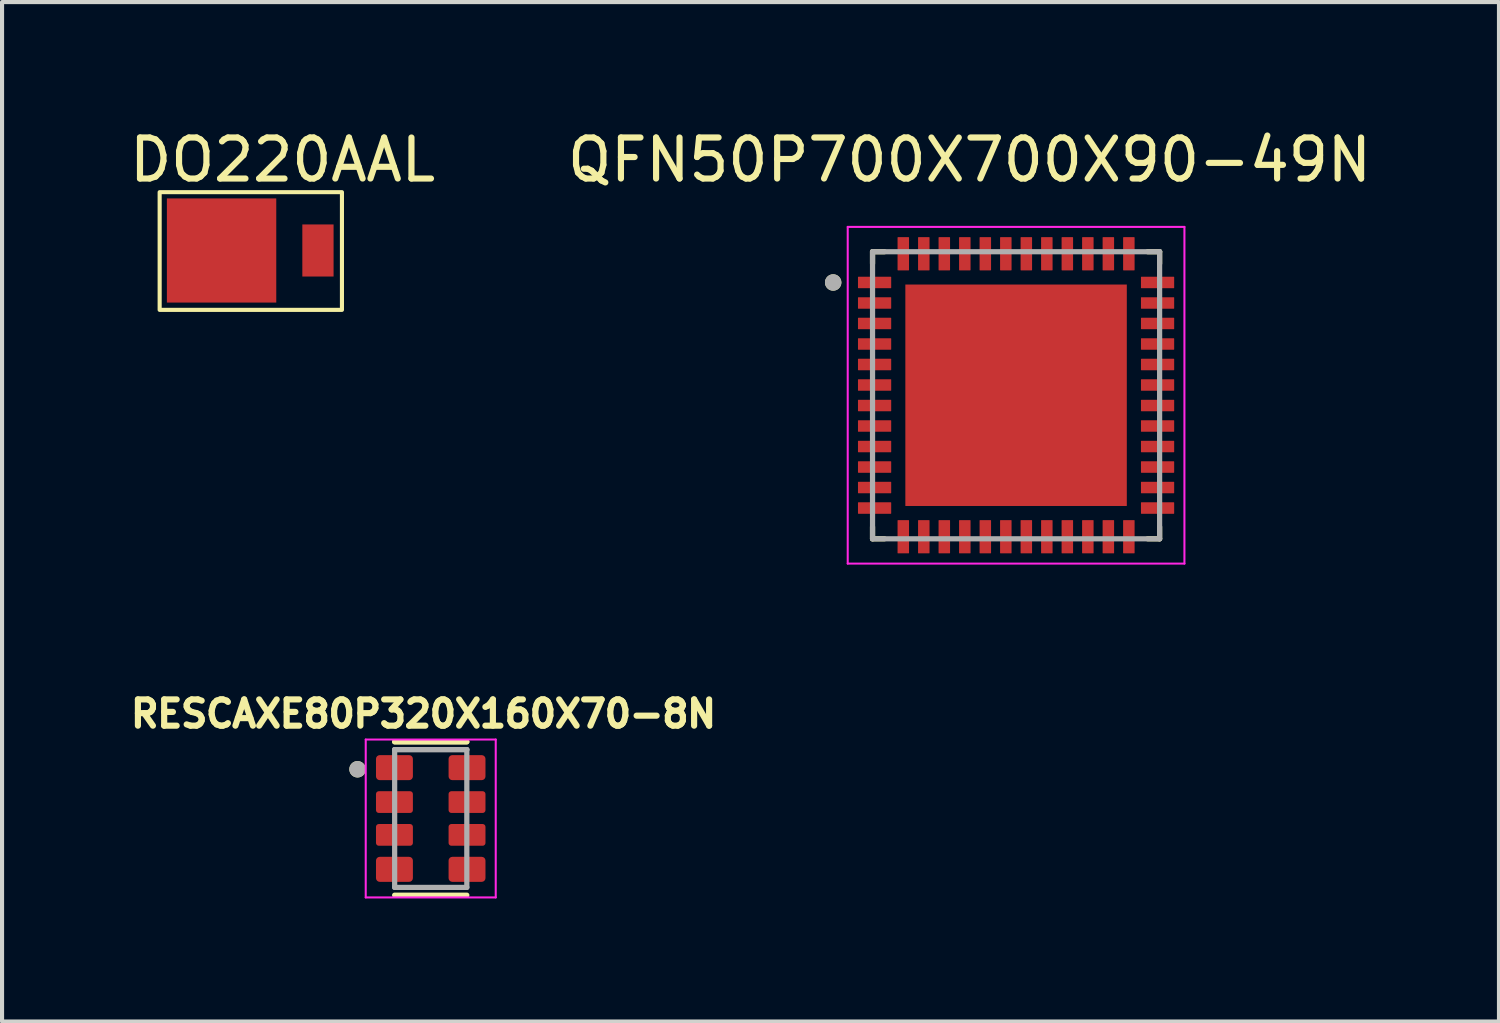
<source format=kicad_pcb>
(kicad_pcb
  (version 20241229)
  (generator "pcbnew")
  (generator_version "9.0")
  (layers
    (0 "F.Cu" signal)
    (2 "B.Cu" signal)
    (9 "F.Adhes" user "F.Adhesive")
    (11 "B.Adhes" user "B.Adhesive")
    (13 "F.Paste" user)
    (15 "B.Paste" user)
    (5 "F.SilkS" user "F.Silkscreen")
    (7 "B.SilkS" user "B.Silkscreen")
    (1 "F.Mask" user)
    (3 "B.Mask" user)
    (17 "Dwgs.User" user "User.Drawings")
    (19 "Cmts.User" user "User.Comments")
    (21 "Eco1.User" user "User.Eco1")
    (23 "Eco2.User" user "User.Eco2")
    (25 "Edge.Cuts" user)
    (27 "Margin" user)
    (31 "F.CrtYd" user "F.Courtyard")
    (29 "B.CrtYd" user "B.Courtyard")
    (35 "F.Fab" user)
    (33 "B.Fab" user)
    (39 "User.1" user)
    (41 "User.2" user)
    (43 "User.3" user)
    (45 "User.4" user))
  (footprint "RESCAXE80P320X160X70-8N"
    (layer "F.Cu")
    (at 7.453 16.908)
    (property "Reference" "RESCAXE80P320X160X70-8N" (at -0.176 -2.552 0) (layer "F.SilkS") (effects (font (size 0.64 0.64) (thickness 0.15))))
    (attr smd)
    (fp_line (start 0.88 -1.87) (end -0.88 -1.87) (stroke (width 0.127) (type solid)) (layer "F.SilkS"))
    (fp_line (start 0.88 -1.87) (end -0.88 -1.87) (stroke (width 0.127) (type solid)) (layer "F.SilkS"))
    (fp_line (start 0.88 1.87) (end -0.88 1.87) (stroke (width 0.127) (type solid)) (layer "F.SilkS"))
    (fp_circle (center -1.785 -1.2) (end -1.685 -1.2) (stroke (width 0.2) (type solid)) (fill no) (layer "F.SilkS"))
    (fp_line (start -1.585 -1.925) (end -1.585 1.925) (stroke (width 0.05) (type solid)) (layer "F.CrtYd"))
    (fp_line (start -1.585 1.925) (end 1.585 1.925) (stroke (width 0.05) (type solid)) (layer "F.CrtYd"))
    (fp_line (start 1.585 -1.925) (end -1.585 -1.925) (stroke (width 0.05) (type solid)) (layer "F.CrtYd"))
    (fp_line (start 1.585 1.925) (end 1.585 -1.925) (stroke (width 0.05) (type solid)) (layer "F.CrtYd"))
    (fp_line (start -0.88 -1.68) (end -0.88 1.68) (stroke (width 0.127) (type solid)) (layer "F.Fab"))
    (fp_line (start -0.88 1.68) (end 0.88 1.68) (stroke (width 0.127) (type solid)) (layer "F.Fab"))
    (fp_line (start 0.88 -1.68) (end -0.88 -1.68) (stroke (width 0.127) (type solid)) (layer "F.Fab"))
    (fp_line (start 0.88 -1.68) (end -0.88 -1.68) (stroke (width 0.127) (type solid)) (layer "F.Fab"))
    (fp_line (start 0.88 1.68) (end 0.88 -1.68) (stroke (width 0.127) (type solid)) (layer "F.Fab"))
    (fp_circle (center -1.785 -1.2) (end -1.685 -1.2) (stroke (width 0.2) (type solid)) (fill no) (layer "F.Fab"))
    (pad "1" smd roundrect (at -0.885 -1.24) (size 0.9 0.61) (layers "F.Cu" "F.Mask" "F.Paste") (roundrect_rratio 0.15))
    (pad "2" smd roundrect (at -0.885 -0.4) (size 0.9 0.53) (layers "F.Cu" "F.Mask" "F.Paste") (roundrect_rratio 0.13))
    (pad "3" smd roundrect (at -0.885 0.4) (size 0.9 0.53) (layers "F.Cu" "F.Mask" "F.Paste") (roundrect_rratio 0.13))
    (pad "4" smd roundrect (at -0.885 1.24) (size 0.9 0.61) (layers "F.Cu" "F.Mask" "F.Paste") (roundrect_rratio 0.15))
    (pad "5" smd roundrect (at 0.885 1.24 180) (size 0.9 0.61) (layers "F.Cu" "F.Mask" "F.Paste") (roundrect_rratio 0.15))
    (pad "6" smd roundrect (at 0.885 0.4 180) (size 0.9 0.53) (layers "F.Cu" "F.Mask" "F.Paste") (roundrect_rratio 0.13))
    (pad "7" smd roundrect (at 0.885 -0.4 180) (size 0.9 0.53) (layers "F.Cu" "F.Mask" "F.Paste") (roundrect_rratio 0.13))
    (pad "8" smd roundrect (at 0.885 -1.24 180) (size 0.9 0.61) (layers "F.Cu" "F.Mask" "F.Paste") (roundrect_rratio 0.15)))
  (footprint "QFN50P700X700X90-49N"
    (layer "F.Cu")
    (at 21.726 6.588)
    (property "Reference" "QFN50P700X700X90-49N" (at -1.135 -5.74 0) (layer "F.SilkS") (effects (font (size 1 1) (thickness 0.15))))
    (attr smd)
    (fp_line (start -3.5 -3.5) (end -3.5 -3.21) (stroke (width 0.127) (type solid)) (layer "F.SilkS"))
    (fp_line (start -3.5 -3.5) (end -3.21 -3.5) (stroke (width 0.127) (type solid)) (layer "F.SilkS"))
    (fp_line (start -3.5 3.5) (end -3.5 3.21) (stroke (width 0.127) (type solid)) (layer "F.SilkS"))
    (fp_line (start -3.5 3.5) (end -3.21 3.5) (stroke (width 0.127) (type solid)) (layer "F.SilkS"))
    (fp_line (start 3.5 -3.5) (end 3.21 -3.5) (stroke (width 0.127) (type solid)) (layer "F.SilkS"))
    (fp_line (start 3.5 -3.5) (end 3.5 -3.21) (stroke (width 0.127) (type solid)) (layer "F.SilkS"))
    (fp_line (start 3.5 3.5) (end 3.21 3.5) (stroke (width 0.127) (type solid)) (layer "F.SilkS"))
    (fp_line (start 3.5 3.5) (end 3.5 3.21) (stroke (width 0.127) (type solid)) (layer "F.SilkS"))
    (fp_circle (center -4.46 -2.75) (end -4.36 -2.75) (stroke (width 0.2) (type solid)) (fill no) (layer "F.SilkS"))
    (fp_poly (pts (xy -2.2 -2.2) (xy -0.5 -2.2) (xy -0.5 -0.5) (xy -2.2 -0.5)) (stroke (width 0.01) (type solid)) (fill yes) (layer "F.Paste"))
    (fp_poly (pts (xy -2.2 0.5) (xy -0.5 0.5) (xy -0.5 2.2) (xy -2.2 2.2)) (stroke (width 0.01) (type solid)) (fill yes) (layer "F.Paste"))
    (fp_poly (pts (xy 0.5 -2.2) (xy 2.2 -2.2) (xy 2.2 -0.5) (xy 0.5 -0.5)) (stroke (width 0.01) (type solid)) (fill yes) (layer "F.Paste"))
    (fp_poly (pts (xy 0.5 0.5) (xy 2.2 0.5) (xy 2.2 2.2) (xy 0.5 2.2)) (stroke (width 0.01) (type solid)) (fill yes) (layer "F.Paste"))
    (fp_line (start -4.105 -4.105) (end 4.105 -4.105) (stroke (width 0.05) (type solid)) (layer "F.CrtYd"))
    (fp_line (start -4.105 4.105) (end -4.105 -4.105) (stroke (width 0.05) (type solid)) (layer "F.CrtYd"))
    (fp_line (start -4.105 4.105) (end 4.105 4.105) (stroke (width 0.05) (type solid)) (layer "F.CrtYd"))
    (fp_line (start 4.105 4.105) (end 4.105 -4.105) (stroke (width 0.05) (type solid)) (layer "F.CrtYd"))
    (fp_line (start -3.5 3.5) (end -3.5 -3.5) (stroke (width 0.127) (type solid)) (layer "F.Fab"))
    (fp_line (start 3.5 -3.5) (end -3.5 -3.5) (stroke (width 0.127) (type solid)) (layer "F.Fab"))
    (fp_line (start 3.5 3.5) (end -3.5 3.5) (stroke (width 0.127) (type solid)) (layer "F.Fab"))
    (fp_line (start 3.5 3.5) (end 3.5 -3.5) (stroke (width 0.127) (type solid)) (layer "F.Fab"))
    (fp_circle (center -4.46 -2.75) (end -4.36 -2.75) (stroke (width 0.2) (type solid)) (fill no) (layer "F.Fab"))
    (pad "1" smd roundrect (at -3.45 -2.75) (size 0.81 0.28) (layers "F.Cu" "F.Mask" "F.Paste") (roundrect_rratio 0.04))
    (pad "2" smd roundrect (at -3.45 -2.25) (size 0.81 0.28) (layers "F.Cu" "F.Mask" "F.Paste") (roundrect_rratio 0.04))
    (pad "3" smd roundrect (at -3.45 -1.75) (size 0.81 0.28) (layers "F.Cu" "F.Mask" "F.Paste") (roundrect_rratio 0.04))
    (pad "4" smd roundrect (at -3.45 -1.25) (size 0.81 0.28) (layers "F.Cu" "F.Mask" "F.Paste") (roundrect_rratio 0.04))
    (pad "5" smd roundrect (at -3.45 -0.75) (size 0.81 0.28) (layers "F.Cu" "F.Mask" "F.Paste") (roundrect_rratio 0.04))
    (pad "6" smd roundrect (at -3.45 -0.25) (size 0.81 0.28) (layers "F.Cu" "F.Mask" "F.Paste") (roundrect_rratio 0.04))
    (pad "7" smd roundrect (at -3.45 0.25) (size 0.81 0.28) (layers "F.Cu" "F.Mask" "F.Paste") (roundrect_rratio 0.04))
    (pad "8" smd roundrect (at -3.45 0.75) (size 0.81 0.28) (layers "F.Cu" "F.Mask" "F.Paste") (roundrect_rratio 0.04))
    (pad "9" smd roundrect (at -3.45 1.25) (size 0.81 0.28) (layers "F.Cu" "F.Mask" "F.Paste") (roundrect_rratio 0.04))
    (pad "10" smd roundrect (at -3.45 1.75) (size 0.81 0.28) (layers "F.Cu" "F.Mask" "F.Paste") (roundrect_rratio 0.04))
    (pad "11" smd roundrect (at -3.45 2.25) (size 0.81 0.28) (layers "F.Cu" "F.Mask" "F.Paste") (roundrect_rratio 0.04))
    (pad "12" smd roundrect (at -3.45 2.75) (size 0.81 0.28) (layers "F.Cu" "F.Mask" "F.Paste") (roundrect_rratio 0.04))
    (pad "13" smd roundrect (at -2.75 3.45 90) (size 0.81 0.28) (layers "F.Cu" "F.Mask" "F.Paste") (roundrect_rratio 0.04))
    (pad "14" smd roundrect (at -2.25 3.45 90) (size 0.81 0.28) (layers "F.Cu" "F.Mask" "F.Paste") (roundrect_rratio 0.04))
    (pad "15" smd roundrect (at -1.75 3.45 90) (size 0.81 0.28) (layers "F.Cu" "F.Mask" "F.Paste") (roundrect_rratio 0.04))
    (pad "16" smd roundrect (at -1.25 3.45 90) (size 0.81 0.28) (layers "F.Cu" "F.Mask" "F.Paste") (roundrect_rratio 0.04))
    (pad "17" smd roundrect (at -0.75 3.45 90) (size 0.81 0.28) (layers "F.Cu" "F.Mask" "F.Paste") (roundrect_rratio 0.04))
    (pad "18" smd roundrect (at -0.25 3.45 90) (size 0.81 0.28) (layers "F.Cu" "F.Mask" "F.Paste") (roundrect_rratio 0.04))
    (pad "19" smd roundrect (at 0.25 3.45 90) (size 0.81 0.28) (layers "F.Cu" "F.Mask" "F.Paste") (roundrect_rratio 0.04))
    (pad "20" smd roundrect (at 0.75 3.45 90) (size 0.81 0.28) (layers "F.Cu" "F.Mask" "F.Paste") (roundrect_rratio 0.04))
    (pad "21" smd roundrect (at 1.25 3.45 90) (size 0.81 0.28) (layers "F.Cu" "F.Mask" "F.Paste") (roundrect_rratio 0.04))
    (pad "22" smd roundrect (at 1.75 3.45 90) (size 0.81 0.28) (layers "F.Cu" "F.Mask" "F.Paste") (roundrect_rratio 0.04))
    (pad "23" smd roundrect (at 2.25 3.45 90) (size 0.81 0.28) (layers "F.Cu" "F.Mask" "F.Paste") (roundrect_rratio 0.04))
    (pad "24" smd roundrect (at 2.75 3.45 90) (size 0.81 0.28) (layers "F.Cu" "F.Mask" "F.Paste") (roundrect_rratio 0.04))
    (pad "25" smd roundrect (at 3.45 2.75) (size 0.81 0.28) (layers "F.Cu" "F.Mask" "F.Paste") (roundrect_rratio 0.04))
    (pad "26" smd roundrect (at 3.45 2.25) (size 0.81 0.28) (layers "F.Cu" "F.Mask" "F.Paste") (roundrect_rratio 0.04))
    (pad "27" smd roundrect (at 3.45 1.75) (size 0.81 0.28) (layers "F.Cu" "F.Mask" "F.Paste") (roundrect_rratio 0.04))
    (pad "28" smd roundrect (at 3.45 1.25) (size 0.81 0.28) (layers "F.Cu" "F.Mask" "F.Paste") (roundrect_rratio 0.04))
    (pad "29" smd roundrect (at 3.45 0.75) (size 0.81 0.28) (layers "F.Cu" "F.Mask" "F.Paste") (roundrect_rratio 0.04))
    (pad "30" smd roundrect (at 3.45 0.25) (size 0.81 0.28) (layers "F.Cu" "F.Mask" "F.Paste") (roundrect_rratio 0.04))
    (pad "31" smd roundrect (at 3.45 -0.25) (size 0.81 0.28) (layers "F.Cu" "F.Mask" "F.Paste") (roundrect_rratio 0.04))
    (pad "32" smd roundrect (at 3.45 -0.75) (size 0.81 0.28) (layers "F.Cu" "F.Mask" "F.Paste") (roundrect_rratio 0.04))
    (pad "33" smd roundrect (at 3.45 -1.25) (size 0.81 0.28) (layers "F.Cu" "F.Mask" "F.Paste") (roundrect_rratio 0.04))
    (pad "34" smd roundrect (at 3.45 -1.75) (size 0.81 0.28) (layers "F.Cu" "F.Mask" "F.Paste") (roundrect_rratio 0.04))
    (pad "35" smd roundrect (at 3.45 -2.25) (size 0.81 0.28) (layers "F.Cu" "F.Mask" "F.Paste") (roundrect_rratio 0.04))
    (pad "36" smd roundrect (at 3.45 -2.75) (size 0.81 0.28) (layers "F.Cu" "F.Mask" "F.Paste") (roundrect_rratio 0.04))
    (pad "37" smd roundrect (at 2.75 -3.45 90) (size 0.81 0.28) (layers "F.Cu" "F.Mask" "F.Paste") (roundrect_rratio 0.04))
    (pad "38" smd roundrect (at 2.25 -3.45 90) (size 0.81 0.28) (layers "F.Cu" "F.Mask" "F.Paste") (roundrect_rratio 0.04))
    (pad "39" smd roundrect (at 1.75 -3.45 90) (size 0.81 0.28) (layers "F.Cu" "F.Mask" "F.Paste") (roundrect_rratio 0.04))
    (pad "40" smd roundrect (at 1.25 -3.45 90) (size 0.81 0.28) (layers "F.Cu" "F.Mask" "F.Paste") (roundrect_rratio 0.04))
    (pad "41" smd roundrect (at 0.75 -3.45 90) (size 0.81 0.28) (layers "F.Cu" "F.Mask" "F.Paste") (roundrect_rratio 0.04))
    (pad "42" smd roundrect (at 0.25 -3.45 90) (size 0.81 0.28) (layers "F.Cu" "F.Mask" "F.Paste") (roundrect_rratio 0.04))
    (pad "43" smd roundrect (at -0.25 -3.45 90) (size 0.81 0.28) (layers "F.Cu" "F.Mask" "F.Paste") (roundrect_rratio 0.04))
    (pad "44" smd roundrect (at -0.75 -3.45 90) (size 0.81 0.28) (layers "F.Cu" "F.Mask" "F.Paste") (roundrect_rratio 0.04))
    (pad "45" smd roundrect (at -1.25 -3.45 90) (size 0.81 0.28) (layers "F.Cu" "F.Mask" "F.Paste") (roundrect_rratio 0.04))
    (pad "46" smd roundrect (at -1.75 -3.45 90) (size 0.81 0.28) (layers "F.Cu" "F.Mask" "F.Paste") (roundrect_rratio 0.04))
    (pad "47" smd roundrect (at -2.25 -3.45 90) (size 0.81 0.28) (layers "F.Cu" "F.Mask" "F.Paste") (roundrect_rratio 0.04))
    (pad "48" smd roundrect (at -2.75 -3.45 90) (size 0.81 0.28) (layers "F.Cu" "F.Mask" "F.Paste") (roundrect_rratio 0.04))
    (pad "49" smd rect (at 0 0) (size 5.4 5.4) (layers "F.Cu" "F.Mask")))
  (footprint "DO220AAL"
    (layer "F.Cu")
    (at 3.053 3.058)
    (property "Reference" "DO220AAL" (at 0.787 -2.21 0) (layer "F.SilkS") (effects (font (size 1 1) (thickness 0.15))))
    (attr smd)
    (fp_rect (start -2.21 -1.422) (end 2.235 1.448) (stroke (width 0.1) (type default)) (fill no) (layer "F.SilkS"))
    (pad "1" smd rect (at -0.7 0 90) (size 2.54 2.667) (layers "F.Cu" "F.Mask" "F.Paste"))
    (pad "2" smd rect (at 1.65 0 180) (size 0.762 1.27) (layers "F.Cu" "F.Mask" "F.Paste")))
  (gr_rect
    (start -3 -3)
    (end 33.501 21.858)
    (stroke (width 0.1) (type default))
    (fill no)
    (layer "Edge.Cuts")))
</source>
